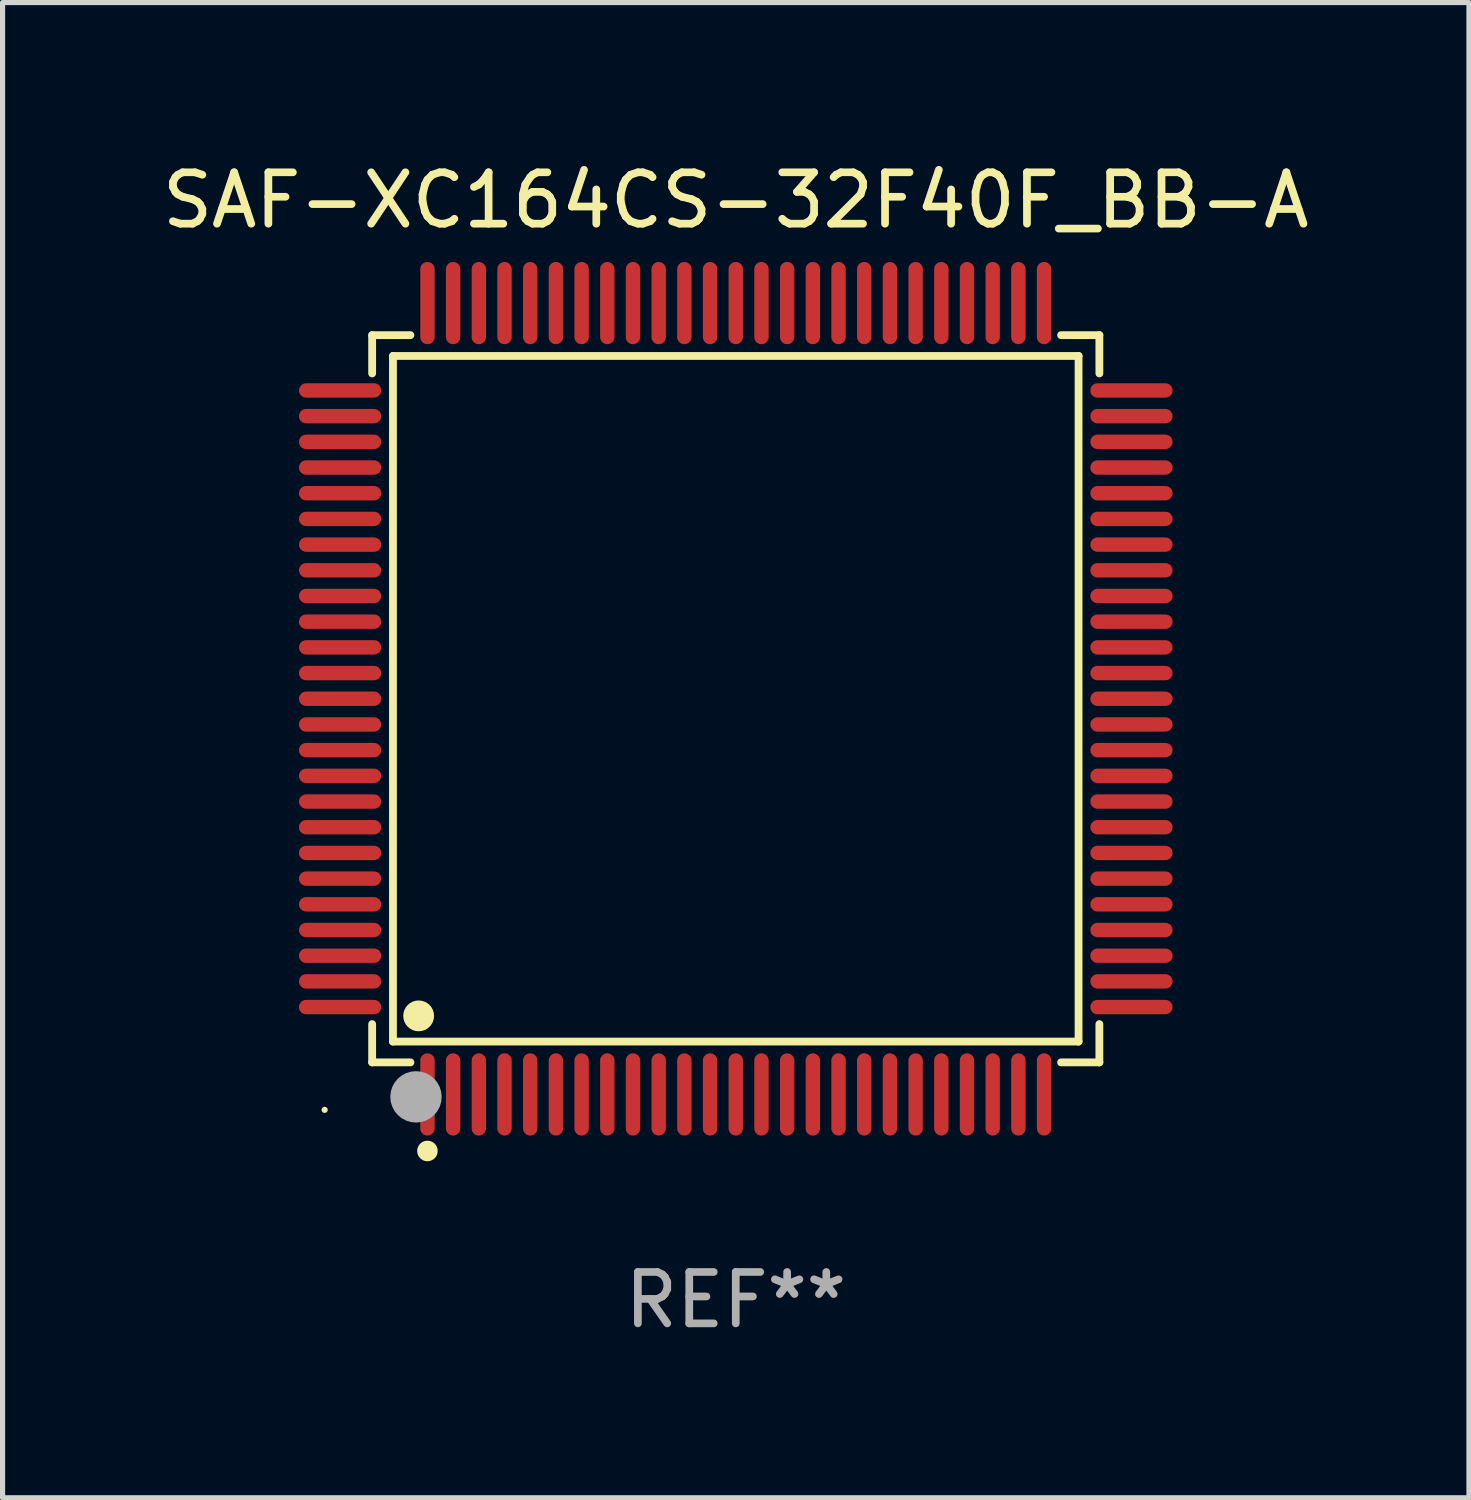
<source format=kicad_pcb>
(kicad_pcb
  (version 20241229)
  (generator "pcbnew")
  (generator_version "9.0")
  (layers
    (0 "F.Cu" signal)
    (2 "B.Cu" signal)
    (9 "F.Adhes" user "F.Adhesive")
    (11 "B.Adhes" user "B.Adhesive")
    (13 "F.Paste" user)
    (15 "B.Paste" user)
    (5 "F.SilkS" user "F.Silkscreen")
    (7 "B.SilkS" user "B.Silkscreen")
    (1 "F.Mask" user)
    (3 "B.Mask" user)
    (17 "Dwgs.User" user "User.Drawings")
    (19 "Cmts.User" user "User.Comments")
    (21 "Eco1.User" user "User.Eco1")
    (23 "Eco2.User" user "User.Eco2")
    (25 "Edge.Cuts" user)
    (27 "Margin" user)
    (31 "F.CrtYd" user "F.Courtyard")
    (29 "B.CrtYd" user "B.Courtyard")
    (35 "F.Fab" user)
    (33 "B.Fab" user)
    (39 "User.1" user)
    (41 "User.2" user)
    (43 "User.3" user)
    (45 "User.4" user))
  (footprint "SAF-XC164CS-32F40F_BB-A"
    (layer "F.Cu")
    (at 11.268 10.548)
    (property "Reference" "SAF-XC164CS-32F40F_BB-A" (at 0 -9.7 0) (layer "F.SilkS") (effects (font (size 1 1) (thickness 0.15))))
    (attr through_hole)
    (fp_line (start -7.076 -7.076) (end -6.331 -7.076) (stroke (width 0.152) (type solid)) (layer "F.SilkS"))
    (fp_line (start -7.076 -6.331) (end -7.076 -7.076) (stroke (width 0.152) (type solid)) (layer "F.SilkS"))
    (fp_line (start -7.076 6.331) (end -7.076 7.076) (stroke (width 0.152) (type solid)) (layer "F.SilkS"))
    (fp_line (start -7.076 7.076) (end -6.331 7.076) (stroke (width 0.152) (type solid)) (layer "F.SilkS"))
    (fp_line (start -6.671 -6.671) (end 6.671 -6.671) (stroke (width 0.152) (type solid)) (layer "F.SilkS"))
    (fp_line (start -6.671 6.671) (end -6.671 -6.671) (stroke (width 0.152) (type solid)) (layer "F.SilkS"))
    (fp_line (start 6.671 -6.671) (end 6.671 6.671) (stroke (width 0.152) (type solid)) (layer "F.SilkS"))
    (fp_line (start 6.671 6.671) (end -6.671 6.671) (stroke (width 0.152) (type solid)) (layer "F.SilkS"))
    (fp_line (start 7.076 -7.076) (end 6.331 -7.076) (stroke (width 0.152) (type solid)) (layer "F.SilkS"))
    (fp_line (start 7.076 -6.331) (end 7.076 -7.076) (stroke (width 0.152) (type solid)) (layer "F.SilkS"))
    (fp_line (start 7.076 6.331) (end 7.076 7.076) (stroke (width 0.152) (type solid)) (layer "F.SilkS"))
    (fp_line (start 7.076 7.076) (end 6.331 7.076) (stroke (width 0.152) (type solid)) (layer "F.SilkS"))
    (fp_circle (center -8 8) (end -7.97 8) (stroke (width 0.06) (type solid)) (fill no) (layer "F.SilkS"))
    (fp_circle (center -6.171 6.171) (end -6.021 6.171) (stroke (width 0.3) (type solid)) (fill no) (layer "F.SilkS"))
    (fp_circle (center -6 8.8) (end -5.9 8.8) (stroke (width 0.2) (type solid)) (fill no) (layer "F.SilkS"))
    (fp_circle (center -6.223 7.747) (end -5.973 7.747) (stroke (width 0.5) (type solid)) (fill no) (layer "F.Fab"))
    (fp_text user "REF**" (at 0 11.7 0) (layer "F.Fab") (effects (font (size 1 1) (thickness 0.15))))
    (pad "1" smd oval (at -6 7.7) (size 0.28 1.6) (layers "F.Cu" "F.Mask" "F.Paste"))
    (pad "2" smd oval (at -5.5 7.7) (size 0.28 1.6) (layers "F.Cu" "F.Mask" "F.Paste"))
    (pad "3" smd oval (at -5 7.7) (size 0.28 1.6) (layers "F.Cu" "F.Mask" "F.Paste"))
    (pad "4" smd oval (at -4.5 7.7) (size 0.28 1.6) (layers "F.Cu" "F.Mask" "F.Paste"))
    (pad "5" smd oval (at -4 7.7) (size 0.28 1.6) (layers "F.Cu" "F.Mask" "F.Paste"))
    (pad "6" smd oval (at -3.5 7.7) (size 0.28 1.6) (layers "F.Cu" "F.Mask" "F.Paste"))
    (pad "7" smd oval (at -3 7.7) (size 0.28 1.6) (layers "F.Cu" "F.Mask" "F.Paste"))
    (pad "8" smd oval (at -2.5 7.7) (size 0.28 1.6) (layers "F.Cu" "F.Mask" "F.Paste"))
    (pad "9" smd oval (at -2 7.7) (size 0.28 1.6) (layers "F.Cu" "F.Mask" "F.Paste"))
    (pad "10" smd oval (at -1.5 7.7) (size 0.28 1.6) (layers "F.Cu" "F.Mask" "F.Paste"))
    (pad "11" smd oval (at -1 7.7) (size 0.28 1.6) (layers "F.Cu" "F.Mask" "F.Paste"))
    (pad "12" smd oval (at -0.5 7.7) (size 0.28 1.6) (layers "F.Cu" "F.Mask" "F.Paste"))
    (pad "13" smd oval (at 0 7.7) (size 0.28 1.6) (layers "F.Cu" "F.Mask" "F.Paste"))
    (pad "14" smd oval (at 0.5 7.7) (size 0.28 1.6) (layers "F.Cu" "F.Mask" "F.Paste"))
    (pad "15" smd oval (at 1 7.7) (size 0.28 1.6) (layers "F.Cu" "F.Mask" "F.Paste"))
    (pad "16" smd oval (at 1.5 7.7) (size 0.28 1.6) (layers "F.Cu" "F.Mask" "F.Paste"))
    (pad "17" smd oval (at 2 7.7) (size 0.28 1.6) (layers "F.Cu" "F.Mask" "F.Paste"))
    (pad "18" smd oval (at 2.5 7.7) (size 0.28 1.6) (layers "F.Cu" "F.Mask" "F.Paste"))
    (pad "19" smd oval (at 3 7.7) (size 0.28 1.6) (layers "F.Cu" "F.Mask" "F.Paste"))
    (pad "20" smd oval (at 3.5 7.7) (size 0.28 1.6) (layers "F.Cu" "F.Mask" "F.Paste"))
    (pad "21" smd oval (at 4 7.7) (size 0.28 1.6) (layers "F.Cu" "F.Mask" "F.Paste"))
    (pad "22" smd oval (at 4.5 7.7) (size 0.28 1.6) (layers "F.Cu" "F.Mask" "F.Paste"))
    (pad "23" smd oval (at 5 7.7) (size 0.28 1.6) (layers "F.Cu" "F.Mask" "F.Paste"))
    (pad "24" smd oval (at 5.5 7.7) (size 0.28 1.6) (layers "F.Cu" "F.Mask" "F.Paste"))
    (pad "25" smd oval (at 6 7.7) (size 0.28 1.6) (layers "F.Cu" "F.Mask" "F.Paste"))
    (pad "26" smd oval (at 7.7 6) (size 1.6 0.28) (layers "F.Cu" "F.Mask" "F.Paste"))
    (pad "27" smd oval (at 7.7 5.5) (size 1.6 0.28) (layers "F.Cu" "F.Mask" "F.Paste"))
    (pad "28" smd oval (at 7.7 5) (size 1.6 0.28) (layers "F.Cu" "F.Mask" "F.Paste"))
    (pad "29" smd oval (at 7.7 4.5) (size 1.6 0.28) (layers "F.Cu" "F.Mask" "F.Paste"))
    (pad "30" smd oval (at 7.7 4) (size 1.6 0.28) (layers "F.Cu" "F.Mask" "F.Paste"))
    (pad "31" smd oval (at 7.7 3.5) (size 1.6 0.28) (layers "F.Cu" "F.Mask" "F.Paste"))
    (pad "32" smd oval (at 7.7 3) (size 1.6 0.28) (layers "F.Cu" "F.Mask" "F.Paste"))
    (pad "33" smd oval (at 7.7 2.5) (size 1.6 0.28) (layers "F.Cu" "F.Mask" "F.Paste"))
    (pad "34" smd oval (at 7.7 2) (size 1.6 0.28) (layers "F.Cu" "F.Mask" "F.Paste"))
    (pad "35" smd oval (at 7.7 1.5) (size 1.6 0.28) (layers "F.Cu" "F.Mask" "F.Paste"))
    (pad "36" smd oval (at 7.7 1) (size 1.6 0.28) (layers "F.Cu" "F.Mask" "F.Paste"))
    (pad "37" smd oval (at 7.7 0.5) (size 1.6 0.28) (layers "F.Cu" "F.Mask" "F.Paste"))
    (pad "38" smd oval (at 7.7 0) (size 1.6 0.28) (layers "F.Cu" "F.Mask" "F.Paste"))
    (pad "39" smd oval (at 7.7 -0.5) (size 1.6 0.28) (layers "F.Cu" "F.Mask" "F.Paste"))
    (pad "40" smd oval (at 7.7 -1) (size 1.6 0.28) (layers "F.Cu" "F.Mask" "F.Paste"))
    (pad "41" smd oval (at 7.7 -1.5) (size 1.6 0.28) (layers "F.Cu" "F.Mask" "F.Paste"))
    (pad "42" smd oval (at 7.7 -2) (size 1.6 0.28) (layers "F.Cu" "F.Mask" "F.Paste"))
    (pad "43" smd oval (at 7.7 -2.5) (size 1.6 0.28) (layers "F.Cu" "F.Mask" "F.Paste"))
    (pad "44" smd oval (at 7.7 -3) (size 1.6 0.28) (layers "F.Cu" "F.Mask" "F.Paste"))
    (pad "45" smd oval (at 7.7 -3.5) (size 1.6 0.28) (layers "F.Cu" "F.Mask" "F.Paste"))
    (pad "46" smd oval (at 7.7 -4) (size 1.6 0.28) (layers "F.Cu" "F.Mask" "F.Paste"))
    (pad "47" smd oval (at 7.7 -4.5) (size 1.6 0.28) (layers "F.Cu" "F.Mask" "F.Paste"))
    (pad "48" smd oval (at 7.7 -5) (size 1.6 0.28) (layers "F.Cu" "F.Mask" "F.Paste"))
    (pad "49" smd oval (at 7.7 -5.5) (size 1.6 0.28) (layers "F.Cu" "F.Mask" "F.Paste"))
    (pad "50" smd oval (at 7.7 -6) (size 1.6 0.28) (layers "F.Cu" "F.Mask" "F.Paste"))
    (pad "51" smd oval (at 6 -7.7) (size 0.28 1.6) (layers "F.Cu" "F.Mask" "F.Paste"))
    (pad "52" smd oval (at 5.5 -7.7) (size 0.28 1.6) (layers "F.Cu" "F.Mask" "F.Paste"))
    (pad "53" smd oval (at 5 -7.7) (size 0.28 1.6) (layers "F.Cu" "F.Mask" "F.Paste"))
    (pad "54" smd oval (at 4.5 -7.7) (size 0.28 1.6) (layers "F.Cu" "F.Mask" "F.Paste"))
    (pad "55" smd oval (at 4 -7.7) (size 0.28 1.6) (layers "F.Cu" "F.Mask" "F.Paste"))
    (pad "56" smd oval (at 3.5 -7.7) (size 0.28 1.6) (layers "F.Cu" "F.Mask" "F.Paste"))
    (pad "57" smd oval (at 3 -7.7) (size 0.28 1.6) (layers "F.Cu" "F.Mask" "F.Paste"))
    (pad "58" smd oval (at 2.5 -7.7) (size 0.28 1.6) (layers "F.Cu" "F.Mask" "F.Paste"))
    (pad "59" smd oval (at 2 -7.7) (size 0.28 1.6) (layers "F.Cu" "F.Mask" "F.Paste"))
    (pad "60" smd oval (at 1.5 -7.7) (size 0.28 1.6) (layers "F.Cu" "F.Mask" "F.Paste"))
    (pad "61" smd oval (at 1 -7.7) (size 0.28 1.6) (layers "F.Cu" "F.Mask" "F.Paste"))
    (pad "62" smd oval (at 0.5 -7.7) (size 0.28 1.6) (layers "F.Cu" "F.Mask" "F.Paste"))
    (pad "63" smd oval (at 0 -7.7) (size 0.28 1.6) (layers "F.Cu" "F.Mask" "F.Paste"))
    (pad "64" smd oval (at -0.5 -7.7) (size 0.28 1.6) (layers "F.Cu" "F.Mask" "F.Paste"))
    (pad "65" smd oval (at -1 -7.7) (size 0.28 1.6) (layers "F.Cu" "F.Mask" "F.Paste"))
    (pad "66" smd oval (at -1.5 -7.7) (size 0.28 1.6) (layers "F.Cu" "F.Mask" "F.Paste"))
    (pad "67" smd oval (at -2 -7.7) (size 0.28 1.6) (layers "F.Cu" "F.Mask" "F.Paste"))
    (pad "68" smd oval (at -2.5 -7.7) (size 0.28 1.6) (layers "F.Cu" "F.Mask" "F.Paste"))
    (pad "69" smd oval (at -3 -7.7) (size 0.28 1.6) (layers "F.Cu" "F.Mask" "F.Paste"))
    (pad "70" smd oval (at -3.5 -7.7) (size 0.28 1.6) (layers "F.Cu" "F.Mask" "F.Paste"))
    (pad "71" smd oval (at -4 -7.7) (size 0.28 1.6) (layers "F.Cu" "F.Mask" "F.Paste"))
    (pad "72" smd oval (at -4.5 -7.7) (size 0.28 1.6) (layers "F.Cu" "F.Mask" "F.Paste"))
    (pad "73" smd oval (at -5 -7.7) (size 0.28 1.6) (layers "F.Cu" "F.Mask" "F.Paste"))
    (pad "74" smd oval (at -5.5 -7.7) (size 0.28 1.6) (layers "F.Cu" "F.Mask" "F.Paste"))
    (pad "75" smd oval (at -6 -7.7) (size 0.28 1.6) (layers "F.Cu" "F.Mask" "F.Paste"))
    (pad "76" smd oval (at -7.7 -6) (size 1.6 0.28) (layers "F.Cu" "F.Mask" "F.Paste"))
    (pad "77" smd oval (at -7.7 -5.5) (size 1.6 0.28) (layers "F.Cu" "F.Mask" "F.Paste"))
    (pad "78" smd oval (at -7.7 -5) (size 1.6 0.28) (layers "F.Cu" "F.Mask" "F.Paste"))
    (pad "79" smd oval (at -7.7 -4.5) (size 1.6 0.28) (layers "F.Cu" "F.Mask" "F.Paste"))
    (pad "80" smd oval (at -7.7 -4) (size 1.6 0.28) (layers "F.Cu" "F.Mask" "F.Paste"))
    (pad "81" smd oval (at -7.7 -3.5) (size 1.6 0.28) (layers "F.Cu" "F.Mask" "F.Paste"))
    (pad "82" smd oval (at -7.7 -3) (size 1.6 0.28) (layers "F.Cu" "F.Mask" "F.Paste"))
    (pad "83" smd oval (at -7.7 -2.5) (size 1.6 0.28) (layers "F.Cu" "F.Mask" "F.Paste"))
    (pad "84" smd oval (at -7.7 -2) (size 1.6 0.28) (layers "F.Cu" "F.Mask" "F.Paste"))
    (pad "85" smd oval (at -7.7 -1.5) (size 1.6 0.28) (layers "F.Cu" "F.Mask" "F.Paste"))
    (pad "86" smd oval (at -7.7 -1) (size 1.6 0.28) (layers "F.Cu" "F.Mask" "F.Paste"))
    (pad "87" smd oval (at -7.7 -0.5) (size 1.6 0.28) (layers "F.Cu" "F.Mask" "F.Paste"))
    (pad "88" smd oval (at -7.7 0) (size 1.6 0.28) (layers "F.Cu" "F.Mask" "F.Paste"))
    (pad "89" smd oval (at -7.7 0.5) (size 1.6 0.28) (layers "F.Cu" "F.Mask" "F.Paste"))
    (pad "90" smd oval (at -7.7 1) (size 1.6 0.28) (layers "F.Cu" "F.Mask" "F.Paste"))
    (pad "91" smd oval (at -7.7 1.5) (size 1.6 0.28) (layers "F.Cu" "F.Mask" "F.Paste"))
    (pad "92" smd oval (at -7.7 2) (size 1.6 0.28) (layers "F.Cu" "F.Mask" "F.Paste"))
    (pad "93" smd oval (at -7.7 2.5) (size 1.6 0.28) (layers "F.Cu" "F.Mask" "F.Paste"))
    (pad "94" smd oval (at -7.7 3) (size 1.6 0.28) (layers "F.Cu" "F.Mask" "F.Paste"))
    (pad "95" smd oval (at -7.7 3.5) (size 1.6 0.28) (layers "F.Cu" "F.Mask" "F.Paste"))
    (pad "96" smd oval (at -7.7 4) (size 1.6 0.28) (layers "F.Cu" "F.Mask" "F.Paste"))
    (pad "97" smd oval (at -7.7 4.5) (size 1.6 0.28) (layers "F.Cu" "F.Mask" "F.Paste"))
    (pad "98" smd oval (at -7.7 5) (size 1.6 0.28) (layers "F.Cu" "F.Mask" "F.Paste"))
    (pad "99" smd oval (at -7.7 5.5) (size 1.6 0.28) (layers "F.Cu" "F.Mask" "F.Paste"))
    (pad "100" smd oval (at -7.7 6) (size 1.6 0.28) (layers "F.Cu" "F.Mask" "F.Paste")))
  (gr_rect
    (start -3 -3)
    (end 25.536 26.097)
    (stroke (width 0.1) (type default))
    (fill no)
    (layer "Edge.Cuts")))
</source>
